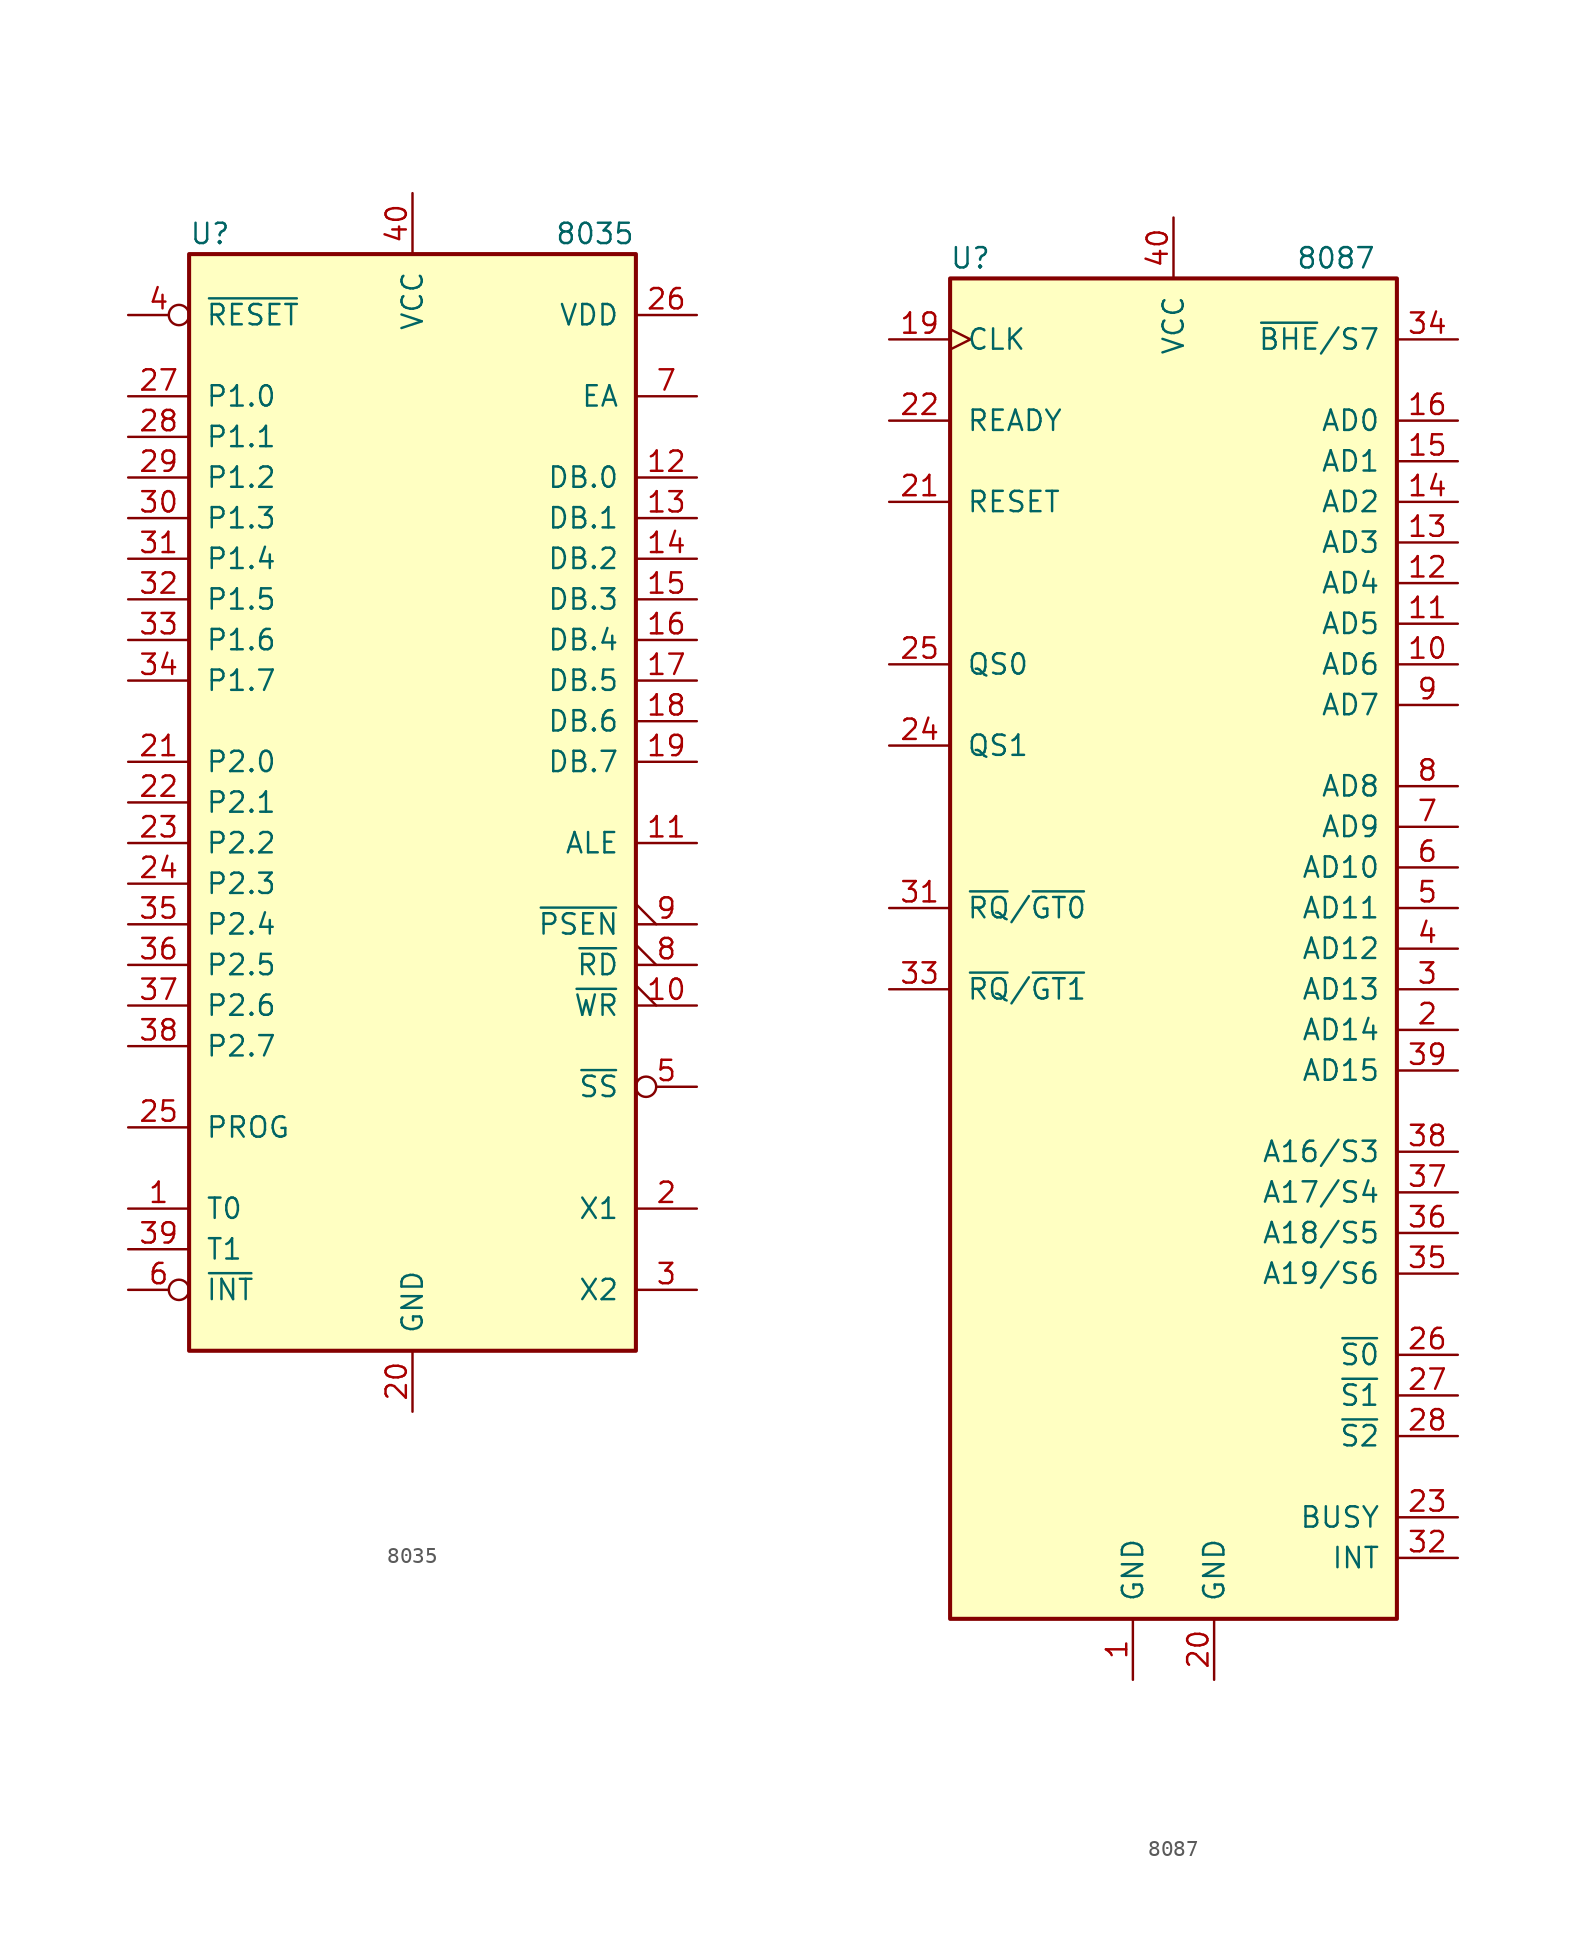
<source format=kicad_sym>
(kicad_symbol_lib
  (version 20200908)
  (generator kicad_symbol_editor)
  (symbol "MCU_Intel:8035"
    (pin_names
      (offset 1.016))
    (property "Reference" "U"
      (at -13.97 35.56 0)
      (effects (font (size 1.27 1.27)) (justify left)))
    (property "Value" "8035"
      (at 8.89 35.56 0)
      (effects (font (size 1.27 1.27)) (justify left)))
    (symbol "8035_1_1"
      (rectangle (start -13.97 -34.29) (end 13.97 34.29) (stroke (width 0.254)) (fill (type background)))
      (pin input line (at -17.78 -25.4 0) (length 3.81) (name "T0" (effects (font (size 1.27 1.27)))) (number "1" (effects (font (size 1.27 1.27)))))
      (pin output output_low (at 17.78 -12.7 180) (length 3.81) (name "~WR~" (effects (font (size 1.27 1.27)))) (number "10" (effects (font (size 1.27 1.27)))))
      (pin output line (at 17.78 -2.54 180) (length 3.81) (name "ALE" (effects (font (size 1.27 1.27)))) (number "11" (effects (font (size 1.27 1.27)))))
      (pin bidirectional line (at 17.78 20.32 180) (length 3.81) (name "DB.0" (effects (font (size 1.27 1.27)))) (number "12" (effects (font (size 1.27 1.27)))))
      (pin bidirectional line (at 17.78 17.78 180) (length 3.81) (name "DB.1" (effects (font (size 1.27 1.27)))) (number "13" (effects (font (size 1.27 1.27)))))
      (pin bidirectional line (at 17.78 15.24 180) (length 3.81) (name "DB.2" (effects (font (size 1.27 1.27)))) (number "14" (effects (font (size 1.27 1.27)))))
      (pin bidirectional line (at 17.78 12.7 180) (length 3.81) (name "DB.3" (effects (font (size 1.27 1.27)))) (number "15" (effects (font (size 1.27 1.27)))))
      (pin bidirectional line (at 17.78 10.16 180) (length 3.81) (name "DB.4" (effects (font (size 1.27 1.27)))) (number "16" (effects (font (size 1.27 1.27)))))
      (pin bidirectional line (at 17.78 7.62 180) (length 3.81) (name "DB.5" (effects (font (size 1.27 1.27)))) (number "17" (effects (font (size 1.27 1.27)))))
      (pin bidirectional line (at 17.78 5.08 180) (length 3.81) (name "DB.6" (effects (font (size 1.27 1.27)))) (number "18" (effects (font (size 1.27 1.27)))))
      (pin bidirectional line (at 17.78 2.54 180) (length 3.81) (name "DB.7" (effects (font (size 1.27 1.27)))) (number "19" (effects (font (size 1.27 1.27)))))
      (pin input line (at 17.78 -25.4 180) (length 3.81) (name "X1" (effects (font (size 1.27 1.27)))) (number "2" (effects (font (size 1.27 1.27)))))
      (pin power_in line (at 0 -38.1 90) (length 3.81) (name "GND" (effects (font (size 1.27 1.27)))) (number "20" (effects (font (size 1.27 1.27)))))
      (pin bidirectional line (at -17.78 2.54 0) (length 3.81) (name "P2.0" (effects (font (size 1.27 1.27)))) (number "21" (effects (font (size 1.27 1.27)))))
      (pin bidirectional line (at -17.78 0 0) (length 3.81) (name "P2.1" (effects (font (size 1.27 1.27)))) (number "22" (effects (font (size 1.27 1.27)))))
      (pin bidirectional line (at -17.78 -2.54 0) (length 3.81) (name "P2.2" (effects (font (size 1.27 1.27)))) (number "23" (effects (font (size 1.27 1.27)))))
      (pin bidirectional line (at -17.78 -5.08 0) (length 3.81) (name "P2.3" (effects (font (size 1.27 1.27)))) (number "24" (effects (font (size 1.27 1.27)))))
      (pin output line (at -17.78 -20.32 0) (length 3.81) (name "PROG" (effects (font (size 1.27 1.27)))) (number "25" (effects (font (size 1.27 1.27)))))
      (pin power_in line (at 17.78 30.48 180) (length 3.81) (name "VDD" (effects (font (size 1.27 1.27)))) (number "26" (effects (font (size 1.27 1.27)))))
      (pin bidirectional line (at -17.78 25.4 0) (length 3.81) (name "P1.0" (effects (font (size 1.27 1.27)))) (number "27" (effects (font (size 1.27 1.27)))))
      (pin bidirectional line (at -17.78 22.86 0) (length 3.81) (name "P1.1" (effects (font (size 1.27 1.27)))) (number "28" (effects (font (size 1.27 1.27)))))
      (pin bidirectional line (at -17.78 20.32 0) (length 3.81) (name "P1.2" (effects (font (size 1.27 1.27)))) (number "29" (effects (font (size 1.27 1.27)))))
      (pin output line (at 17.78 -30.48 180) (length 3.81) (name "X2" (effects (font (size 1.27 1.27)))) (number "3" (effects (font (size 1.27 1.27)))))
      (pin bidirectional line (at -17.78 17.78 0) (length 3.81) (name "P1.3" (effects (font (size 1.27 1.27)))) (number "30" (effects (font (size 1.27 1.27)))))
      (pin bidirectional line (at -17.78 15.24 0) (length 3.81) (name "P1.4" (effects (font (size 1.27 1.27)))) (number "31" (effects (font (size 1.27 1.27)))))
      (pin bidirectional line (at -17.78 12.7 0) (length 3.81) (name "P1.5" (effects (font (size 1.27 1.27)))) (number "32" (effects (font (size 1.27 1.27)))))
      (pin bidirectional line (at -17.78 10.16 0) (length 3.81) (name "P1.6" (effects (font (size 1.27 1.27)))) (number "33" (effects (font (size 1.27 1.27)))))
      (pin bidirectional line (at -17.78 7.62 0) (length 3.81) (name "P1.7" (effects (font (size 1.27 1.27)))) (number "34" (effects (font (size 1.27 1.27)))))
      (pin bidirectional line (at -17.78 -7.62 0) (length 3.81) (name "P2.4" (effects (font (size 1.27 1.27)))) (number "35" (effects (font (size 1.27 1.27)))))
      (pin bidirectional line (at -17.78 -10.16 0) (length 3.81) (name "P2.5" (effects (font (size 1.27 1.27)))) (number "36" (effects (font (size 1.27 1.27)))))
      (pin bidirectional line (at -17.78 -12.7 0) (length 3.81) (name "P2.6" (effects (font (size 1.27 1.27)))) (number "37" (effects (font (size 1.27 1.27)))))
      (pin bidirectional line (at -17.78 -15.24 0) (length 3.81) (name "P2.7" (effects (font (size 1.27 1.27)))) (number "38" (effects (font (size 1.27 1.27)))))
      (pin input line (at -17.78 -27.94 0) (length 3.81) (name "T1" (effects (font (size 1.27 1.27)))) (number "39" (effects (font (size 1.27 1.27)))))
      (pin input inverted (at -17.78 30.48 0) (length 3.81) (name "~RESET~" (effects (font (size 1.27 1.27)))) (number "4" (effects (font (size 1.27 1.27)))))
      (pin power_in line (at 0 38.1 270) (length 3.81) (name "VCC" (effects (font (size 1.27 1.27)))) (number "40" (effects (font (size 1.27 1.27)))))
      (pin input inverted (at 17.78 -17.78 180) (length 3.81) (name "~SS~" (effects (font (size 1.27 1.27)))) (number "5" (effects (font (size 1.27 1.27)))))
      (pin input inverted (at -17.78 -30.48 0) (length 3.81) (name "~INT~" (effects (font (size 1.27 1.27)))) (number "6" (effects (font (size 1.27 1.27)))))
      (pin input line (at 17.78 25.4 180) (length 3.81) (name "EA" (effects (font (size 1.27 1.27)))) (number "7" (effects (font (size 1.27 1.27)))))
      (pin output output_low (at 17.78 -10.16 180) (length 3.81) (name "~RD~" (effects (font (size 1.27 1.27)))) (number "8" (effects (font (size 1.27 1.27)))))
      (pin output output_low (at 17.78 -7.62 180) (length 3.81) (name "~PSEN~" (effects (font (size 1.27 1.27)))) (number "9" (effects (font (size 1.27 1.27)))))))
  (symbol "MCU_Intel:8087"
    (pin_names
      (offset 1.016))
    (property "Reference" "U"
      (at -12.7 43.18 0)
      (effects (font (size 1.27 1.27))))
    (property "Value" "8087"
      (at 10.16 43.18 0)
      (effects (font (size 1.27 1.27))))
    (symbol "8087_0_1"
      (rectangle (start 13.97 -41.91) (end -13.97 41.91) (stroke (width 0.254)) (fill (type background))))
    (symbol "8087_1_1"
      (pin power_in line (at -2.54 -45.72 90) (length 3.81) (name "GND" (effects (font (size 1.27 1.27)))) (number "1" (effects (font (size 1.27 1.27)))))
      (pin bidirectional line (at 17.78 17.78 180) (length 3.81) (name "AD6" (effects (font (size 1.27 1.27)))) (number "10" (effects (font (size 1.27 1.27)))))
      (pin bidirectional line (at 17.78 20.32 180) (length 3.81) (name "AD5" (effects (font (size 1.27 1.27)))) (number "11" (effects (font (size 1.27 1.27)))))
      (pin bidirectional line (at 17.78 22.86 180) (length 3.81) (name "AD4" (effects (font (size 1.27 1.27)))) (number "12" (effects (font (size 1.27 1.27)))))
      (pin bidirectional line (at 17.78 25.4 180) (length 3.81) (name "AD3" (effects (font (size 1.27 1.27)))) (number "13" (effects (font (size 1.27 1.27)))))
      (pin bidirectional line (at 17.78 27.94 180) (length 3.81) (name "AD2" (effects (font (size 1.27 1.27)))) (number "14" (effects (font (size 1.27 1.27)))))
      (pin bidirectional line (at 17.78 30.48 180) (length 3.81) (name "AD1" (effects (font (size 1.27 1.27)))) (number "15" (effects (font (size 1.27 1.27)))))
      (pin bidirectional line (at 17.78 33.02 180) (length 3.81) (name "AD0" (effects (font (size 1.27 1.27)))) (number "16" (effects (font (size 1.27 1.27)))))
      (pin unconnected line (at -17.78 -30.48 0) (length 3.81) hide (name "NC" (effects (font (size 1.27 1.27)))) (number "17" (effects (font (size 1.27 1.27)))))
      (pin unconnected line (at -17.78 -33.02 0) (length 3.81) hide (name "NC" (effects (font (size 1.27 1.27)))) (number "18" (effects (font (size 1.27 1.27)))))
      (pin input clock (at -17.78 38.1 0) (length 3.81) (name "CLK" (effects (font (size 1.27 1.27)))) (number "19" (effects (font (size 1.27 1.27)))))
      (pin bidirectional line (at 17.78 -5.08 180) (length 3.81) (name "AD14" (effects (font (size 1.27 1.27)))) (number "2" (effects (font (size 1.27 1.27)))))
      (pin power_in line (at 2.54 -45.72 90) (length 3.81) (name "GND" (effects (font (size 1.27 1.27)))) (number "20" (effects (font (size 1.27 1.27)))))
      (pin input line (at -17.78 27.94 0) (length 3.81) (name "RESET" (effects (font (size 1.27 1.27)))) (number "21" (effects (font (size 1.27 1.27)))))
      (pin input line (at -17.78 33.02 0) (length 3.81) (name "READY" (effects (font (size 1.27 1.27)))) (number "22" (effects (font (size 1.27 1.27)))))
      (pin output line (at 17.78 -35.56 180) (length 3.81) (name "BUSY" (effects (font (size 1.27 1.27)))) (number "23" (effects (font (size 1.27 1.27)))))
      (pin input line (at -17.78 12.7 0) (length 3.81) (name "QS1" (effects (font (size 1.27 1.27)))) (number "24" (effects (font (size 1.27 1.27)))))
      (pin input line (at -17.78 17.78 0) (length 3.81) (name "QS0" (effects (font (size 1.27 1.27)))) (number "25" (effects (font (size 1.27 1.27)))))
      (pin bidirectional line (at 17.78 -25.4 180) (length 3.81) (name "~S0~" (effects (font (size 1.27 1.27)))) (number "26" (effects (font (size 1.27 1.27)))))
      (pin bidirectional line (at 17.78 -27.94 180) (length 3.81) (name "~S1~" (effects (font (size 1.27 1.27)))) (number "27" (effects (font (size 1.27 1.27)))))
      (pin bidirectional line (at 17.78 -30.48 180) (length 3.81) (name "~S2~" (effects (font (size 1.27 1.27)))) (number "28" (effects (font (size 1.27 1.27)))))
      (pin unconnected line (at -17.78 -35.56 0) (length 3.81) hide (name "NC" (effects (font (size 1.27 1.27)))) (number "29" (effects (font (size 1.27 1.27)))))
      (pin bidirectional line (at 17.78 -2.54 180) (length 3.81) (name "AD13" (effects (font (size 1.27 1.27)))) (number "3" (effects (font (size 1.27 1.27)))))
      (pin unconnected line (at -17.78 -38.1 0) (length 3.81) hide (name "NC" (effects (font (size 1.27 1.27)))) (number "30" (effects (font (size 1.27 1.27)))))
      (pin bidirectional line (at -17.78 2.54 0) (length 3.81) (name "~RQ~/~GT0~" (effects (font (size 1.27 1.27)))) (number "31" (effects (font (size 1.27 1.27)))))
      (pin output line (at 17.78 -38.1 180) (length 3.81) (name "INT" (effects (font (size 1.27 1.27)))) (number "32" (effects (font (size 1.27 1.27)))))
      (pin bidirectional line (at -17.78 -2.54 0) (length 3.81) (name "~RQ~/~GT1~" (effects (font (size 1.27 1.27)))) (number "33" (effects (font (size 1.27 1.27)))))
      (pin bidirectional line (at 17.78 38.1 180) (length 3.81) (name "~BHE~/S7" (effects (font (size 1.27 1.27)))) (number "34" (effects (font (size 1.27 1.27)))))
      (pin bidirectional line (at 17.78 -20.32 180) (length 3.81) (name "A19/S6" (effects (font (size 1.27 1.27)))) (number "35" (effects (font (size 1.27 1.27)))))
      (pin bidirectional line (at 17.78 -17.78 180) (length 3.81) (name "A18/S5" (effects (font (size 1.27 1.27)))) (number "36" (effects (font (size 1.27 1.27)))))
      (pin bidirectional line (at 17.78 -15.24 180) (length 3.81) (name "A17/S4" (effects (font (size 1.27 1.27)))) (number "37" (effects (font (size 1.27 1.27)))))
      (pin bidirectional line (at 17.78 -12.7 180) (length 3.81) (name "A16/S3" (effects (font (size 1.27 1.27)))) (number "38" (effects (font (size 1.27 1.27)))))
      (pin bidirectional line (at 17.78 -7.62 180) (length 3.81) (name "AD15" (effects (font (size 1.27 1.27)))) (number "39" (effects (font (size 1.27 1.27)))))
      (pin bidirectional line (at 17.78 0 180) (length 3.81) (name "AD12" (effects (font (size 1.27 1.27)))) (number "4" (effects (font (size 1.27 1.27)))))
      (pin power_in line (at 0 45.72 270) (length 3.81) (name "VCC" (effects (font (size 1.27 1.27)))) (number "40" (effects (font (size 1.27 1.27)))))
      (pin bidirectional line (at 17.78 2.54 180) (length 3.81) (name "AD11" (effects (font (size 1.27 1.27)))) (number "5" (effects (font (size 1.27 1.27)))))
      (pin bidirectional line (at 17.78 5.08 180) (length 3.81) (name "AD10" (effects (font (size 1.27 1.27)))) (number "6" (effects (font (size 1.27 1.27)))))
      (pin bidirectional line (at 17.78 7.62 180) (length 3.81) (name "AD9" (effects (font (size 1.27 1.27)))) (number "7" (effects (font (size 1.27 1.27)))))
      (pin bidirectional line (at 17.78 10.16 180) (length 3.81) (name "AD8" (effects (font (size 1.27 1.27)))) (number "8" (effects (font (size 1.27 1.27)))))
      (pin bidirectional line (at 17.78 15.24 180) (length 3.81) (name "AD7" (effects (font (size 1.27 1.27)))) (number "9" (effects (font (size 1.27 1.27))))))))
</source>
